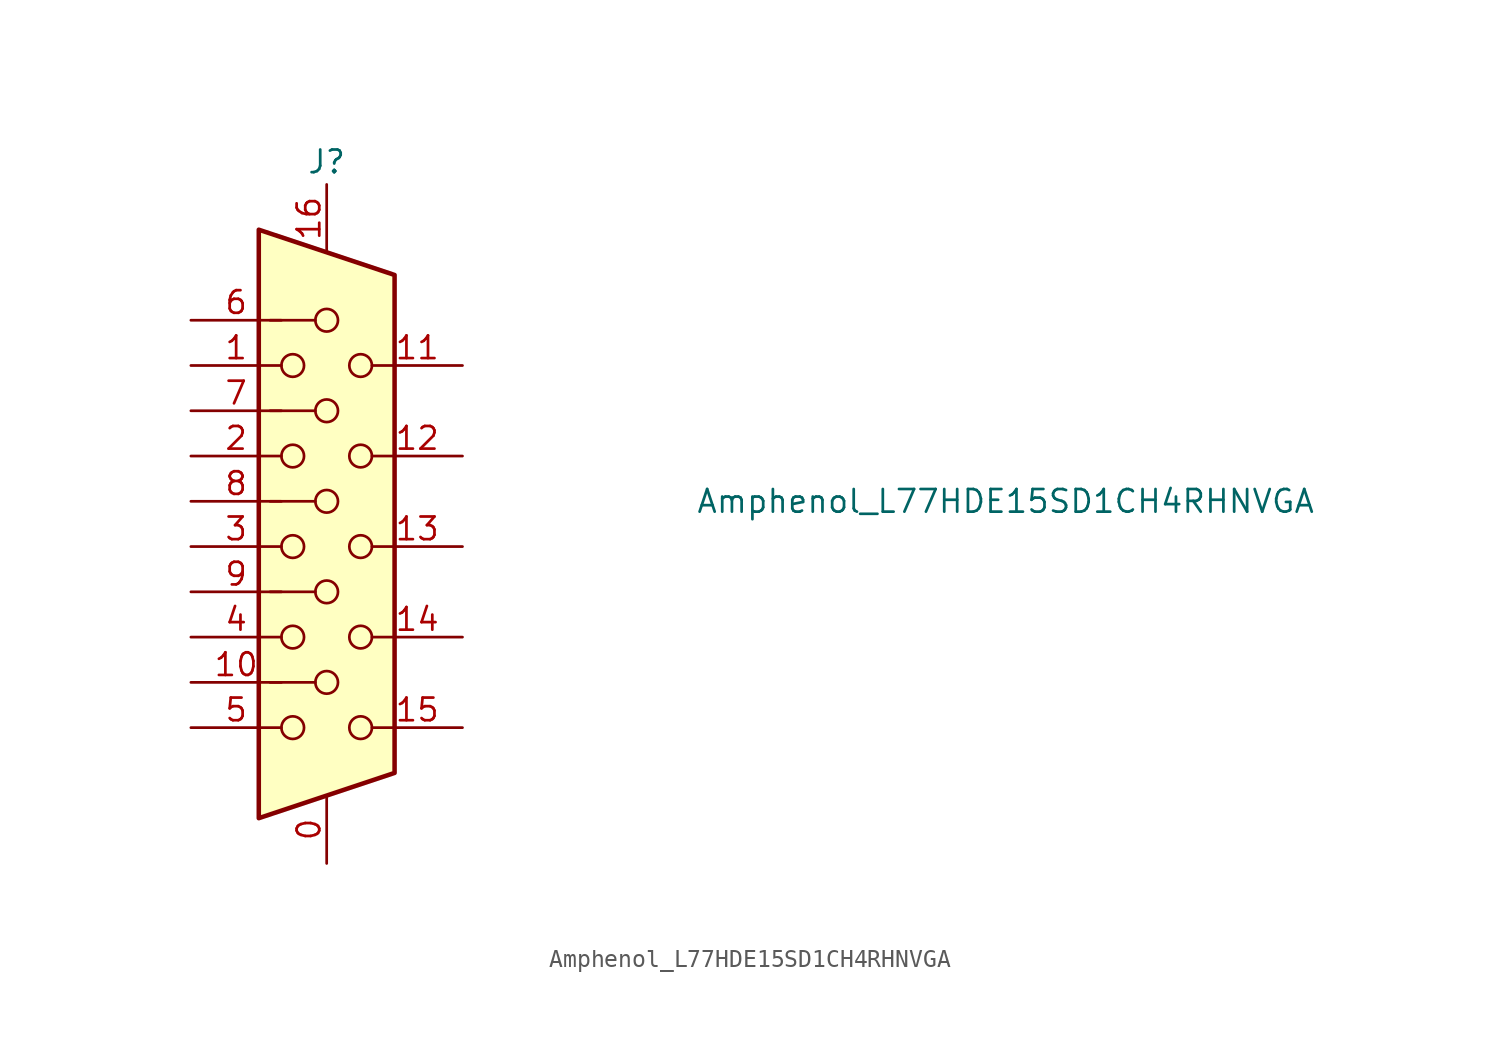
<source format=kicad_sym>
(kicad_symbol_lib
  (version 20211014)
  (generator kicad_symbol_editor)
  (symbol "Amphenol_L77HDE15SD1CH4RHNVGA"
    (pin_names
      (offset 1.016) hide)
    (property "Reference" "J"
      (at 0 21.59 0)
      (effects (font (size 1.27 1.27))))
    (property "Value" "Amphenol_L77HDE15SD1CH4RHNVGA"
      (at 38.1 2.54 0)
      (effects (font (size 1.27 1.27))))
    (symbol "Amphenol_L77HDE15SD1CH4RHNVGA_0_1"
      (circle (center -1.905 -10.16) (radius 0.635) (stroke (width 0) (type default) (color 0 0 0 0)) (fill (type none)))
      (circle (center -1.905 -5.08) (radius 0.635) (stroke (width 0) (type default) (color 0 0 0 0)) (fill (type none)))
      (circle (center -1.905 0) (radius 0.635) (stroke (width 0) (type default) (color 0 0 0 0)) (fill (type none)))
      (circle (center -1.905 5.08) (radius 0.635) (stroke (width 0) (type default) (color 0 0 0 0)) (fill (type none)))
      (circle (center -1.905 10.16) (radius 0.635) (stroke (width 0) (type default) (color 0 0 0 0)) (fill (type none)))
      (circle (center 0 -7.62) (radius 0.635) (stroke (width 0) (type default) (color 0 0 0 0)) (fill (type none)))
      (circle (center 0 -2.54) (radius 0.635) (stroke (width 0) (type default) (color 0 0 0 0)) (fill (type none)))
      (polyline (pts (xy -3.175 7.62) (xy -0.635 7.62)) (stroke (width 0) (type default) (color 0 0 0 0)) (fill (type none)))
      (polyline (pts (xy -0.635 -7.62) (xy -3.175 -7.62)) (stroke (width 0) (type default) (color 0 0 0 0)) (fill (type none)))
      (polyline (pts (xy -0.635 -2.54) (xy -3.175 -2.54)) (stroke (width 0) (type default) (color 0 0 0 0)) (fill (type none)))
      (polyline (pts (xy -0.635 2.54) (xy -3.175 2.54)) (stroke (width 0) (type default) (color 0 0 0 0)) (fill (type none)))
      (polyline (pts (xy -0.635 12.7) (xy -3.175 12.7)) (stroke (width 0) (type default) (color 0 0 0 0)) (fill (type none)))
      (polyline (pts (xy -3.81 17.78) (xy -3.81 -15.24) (xy 3.81 -12.7) (xy 3.81 15.24) (xy -3.81 17.78)) (stroke (width 0.254) (type default) (color 0 0 0 0)) (fill (type background)))
      (circle (center 0 2.54) (radius 0.635) (stroke (width 0) (type default) (color 0 0 0 0)) (fill (type none)))
      (circle (center 0 7.62) (radius 0.635) (stroke (width 0) (type default) (color 0 0 0 0)) (fill (type none)))
      (circle (center 0 12.7) (radius 0.635) (stroke (width 0) (type default) (color 0 0 0 0)) (fill (type none)))
      (circle (center 1.905 -10.16) (radius 0.635) (stroke (width 0) (type default) (color 0 0 0 0)) (fill (type none)))
      (circle (center 1.905 -5.08) (radius 0.635) (stroke (width 0) (type default) (color 0 0 0 0)) (fill (type none)))
      (circle (center 1.905 0) (radius 0.635) (stroke (width 0) (type default) (color 0 0 0 0)) (fill (type none)))
      (circle (center 1.905 5.08) (radius 0.635) (stroke (width 0) (type default) (color 0 0 0 0)) (fill (type none)))
      (circle (center 1.905 10.16) (radius 0.635) (stroke (width 0) (type default) (color 0 0 0 0)) (fill (type none))))
    (symbol "Amphenol_L77HDE15SD1CH4RHNVGA_1_1"
      (pin power_in line (at 0 -17.78 90) (length 3.81) (name "GND-2" (effects (font (size 1.27 1.27)))) (number "0" (effects (font (size 1.27 1.27)))))
      (pin passive line (at -7.62 10.16 0) (length 5.08) (name "RED" (effects (font (size 1.27 1.27)))) (number "1" (effects (font (size 1.27 1.27)))))
      (pin passive line (at -7.62 -7.62 0) (length 5.08) (name "Sync_Ret/GND" (effects (font (size 1.27 1.27)))) (number "10" (effects (font (size 1.27 1.27)))))
      (pin passive line (at 7.62 10.16 180) (length 5.08) (name "~" (effects (font (size 1.27 1.27)))) (number "11" (effects (font (size 1.27 1.27)))))
      (pin passive line (at 7.62 5.08 180) (length 5.08) (name "~" (effects (font (size 1.27 1.27)))) (number "12" (effects (font (size 1.27 1.27)))))
      (pin passive line (at 7.62 0 180) (length 5.08) (name "Hor_Sync" (effects (font (size 1.27 1.27)))) (number "13" (effects (font (size 1.27 1.27)))))
      (pin passive line (at 7.62 -5.08 180) (length 5.08) (name "Ver_Sync" (effects (font (size 1.27 1.27)))) (number "14" (effects (font (size 1.27 1.27)))))
      (pin passive line (at 7.62 -10.16 180) (length 5.08) (name "~" (effects (font (size 1.27 1.27)))) (number "15" (effects (font (size 1.27 1.27)))))
      (pin power_in line (at 0 20.32 270) (length 3.81) (name "GND-1" (effects (font (size 1.27 1.27)))) (number "16" (effects (font (size 1.27 1.27)))))
      (pin passive line (at -7.62 5.08 0) (length 5.08) (name "GREEN" (effects (font (size 1.27 1.27)))) (number "2" (effects (font (size 1.27 1.27)))))
      (pin passive line (at -7.62 0 0) (length 5.08) (name "BLUE" (effects (font (size 1.27 1.27)))) (number "3" (effects (font (size 1.27 1.27)))))
      (pin passive line (at -7.62 -5.08 0) (length 5.08) (name "ID_Bit_2" (effects (font (size 1.27 1.27)))) (number "4" (effects (font (size 1.27 1.27)))))
      (pin power_in line (at -7.62 -10.16 0) (length 5.08) (name "GND_dig" (effects (font (size 1.27 1.27)))) (number "5" (effects (font (size 1.27 1.27)))))
      (pin power_in line (at -7.62 12.7 0) (length 5.08) (name "GND_r" (effects (font (size 1.27 1.27)))) (number "6" (effects (font (size 1.27 1.27)))))
      (pin power_in line (at -7.62 7.62 0) (length 5.08) (name "GND_g" (effects (font (size 1.27 1.27)))) (number "7" (effects (font (size 1.27 1.27)))))
      (pin power_in line (at -7.62 2.54 0) (length 5.08) (name "GND_b" (effects (font (size 1.27 1.27)))) (number "8" (effects (font (size 1.27 1.27)))))
      (pin power_in line (at -7.62 -2.54 0) (length 5.08) (name "DDC_+5V" (effects (font (size 1.27 1.27)))) (number "9" (effects (font (size 1.27 1.27))))))))
</source>
